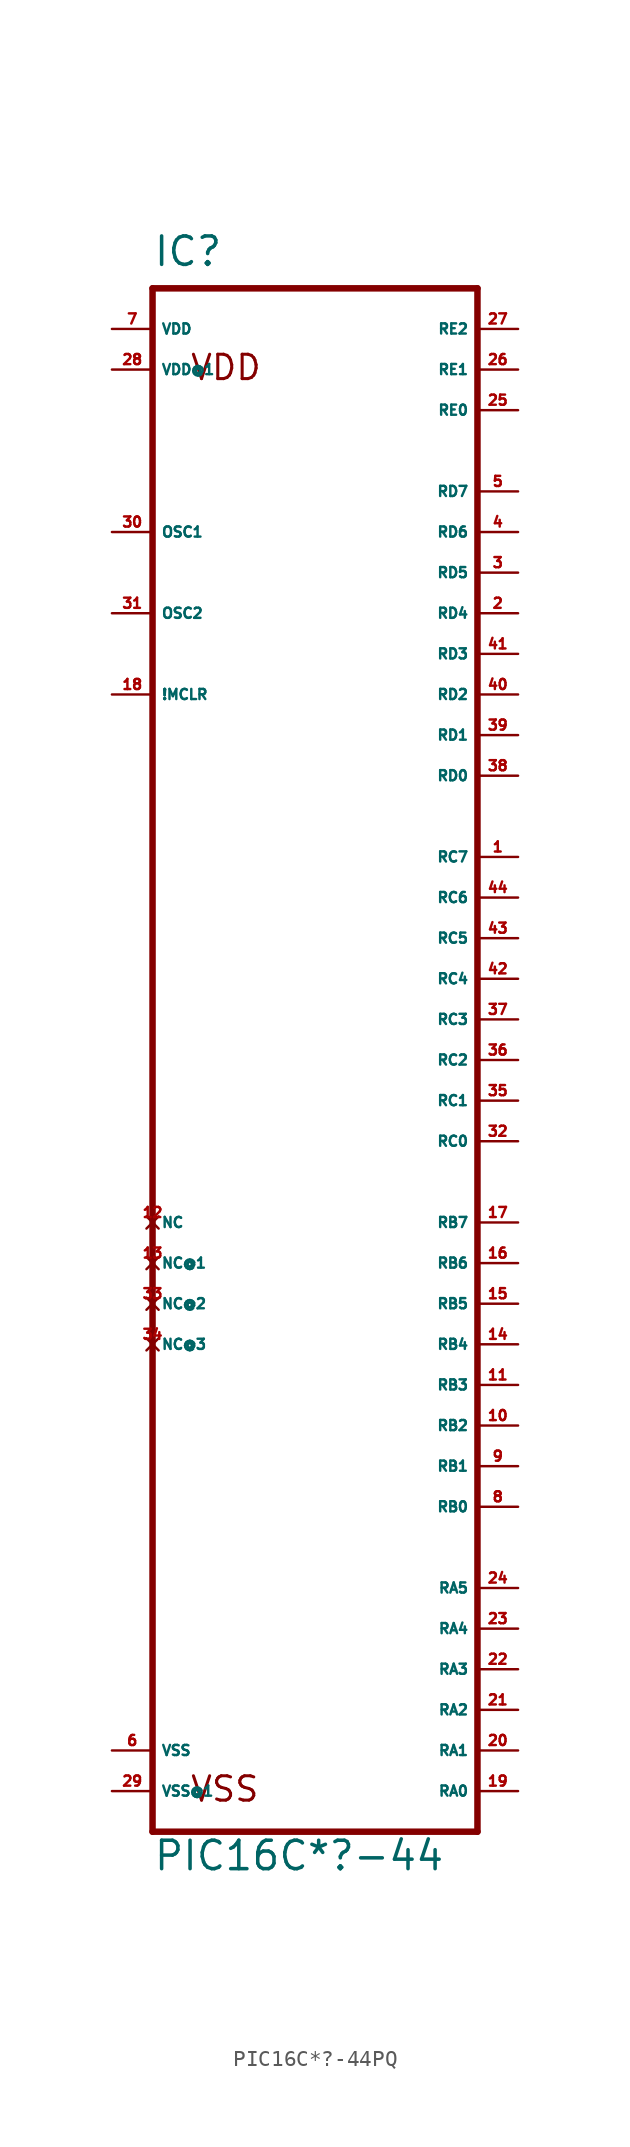
<source format=kicad_sym>
(kicad_symbol_lib
  (version 20220914)
  (generator Eagle2Kicad)
  (symbol "PIC16C*?-44PQ"
    (property "Reference" "IC"
      (at -10.16 44.45 0)
      (effects (font (size 1.778 1.778) (thickness 0.22)) (justify left bottom)))
    (property "Value" "PIC16C*?-44"
      (at -10.16 -55.88 0)
      (effects (font (size 1.778 1.778) (thickness 0.22)) (justify left bottom)))
    (polyline
      (pts (xy -10.16 -53.34) (xy 10.16 -53.34))
      (stroke (width 0.406) (type default))
      (fill (type none)))
    (polyline
      (pts (xy 10.16 -53.34) (xy 10.16 43.18))
      (stroke (width 0.406) (type default))
      (fill (type none)))
    (polyline
      (pts (xy 10.16 43.18) (xy -10.16 43.18))
      (stroke (width 0.406) (type default))
      (fill (type none)))
    (polyline
      (pts (xy -10.16 43.18) (xy -10.16 -53.34))
      (stroke (width 0.406) (type default))
      (fill (type none)))
    (text "VDD"
      (at -7.874 37.338 0)
      (effects (font (size 1.524 1.524) (thickness 0.19)) (justify left bottom)))
    (text "VSS"
      (at -7.874 -51.562 0)
      (effects (font (size 1.524 1.524) (thickness 0.19)) (justify left bottom)))
    (pin input line
      (at -12.7 17.78 0)
      (length 2.54)
      (name "!MCLR" (effects (font (size 0.635 0.635) (thickness 0.08)) (justify left bottom)))
      (number "18" (effects (font (size 0.635 0.635) (thickness 0.08)) (justify left bottom))))
    (pin input line
      (at -12.7 27.94 0)
      (length 2.54)
      (name "OSC1" (effects (font (size 0.635 0.635) (thickness 0.08)) (justify left bottom)))
      (number "30" (effects (font (size 0.635 0.635) (thickness 0.08)) (justify left bottom))))
    (pin bidirectional line
      (at 12.7 -50.8 180)
      (length 2.54)
      (name "RA0" (effects (font (size 0.635 0.635) (thickness 0.08)) (justify left bottom)))
      (number "19" (effects (font (size 0.635 0.635) (thickness 0.08)) (justify left bottom))))
    (pin bidirectional line
      (at 12.7 -48.26 180)
      (length 2.54)
      (name "RA1" (effects (font (size 0.635 0.635) (thickness 0.08)) (justify left bottom)))
      (number "20" (effects (font (size 0.635 0.635) (thickness 0.08)) (justify left bottom))))
    (pin bidirectional line
      (at 12.7 -45.72 180)
      (length 2.54)
      (name "RA2" (effects (font (size 0.635 0.635) (thickness 0.08)) (justify left bottom)))
      (number "21" (effects (font (size 0.635 0.635) (thickness 0.08)) (justify left bottom))))
    (pin bidirectional line
      (at 12.7 -43.18 180)
      (length 2.54)
      (name "RA3" (effects (font (size 0.635 0.635) (thickness 0.08)) (justify left bottom)))
      (number "22" (effects (font (size 0.635 0.635) (thickness 0.08)) (justify left bottom))))
    (pin bidirectional line
      (at 12.7 -30.48 180)
      (length 2.54)
      (name "RB1" (effects (font (size 0.635 0.635) (thickness 0.08)) (justify left bottom)))
      (number "9" (effects (font (size 0.635 0.635) (thickness 0.08)) (justify left bottom))))
    (pin bidirectional line
      (at 12.7 -27.94 180)
      (length 2.54)
      (name "RB2" (effects (font (size 0.635 0.635) (thickness 0.08)) (justify left bottom)))
      (number "10" (effects (font (size 0.635 0.635) (thickness 0.08)) (justify left bottom))))
    (pin bidirectional line
      (at 12.7 -25.4 180)
      (length 2.54)
      (name "RB3" (effects (font (size 0.635 0.635) (thickness 0.08)) (justify left bottom)))
      (number "11" (effects (font (size 0.635 0.635) (thickness 0.08)) (justify left bottom))))
    (pin bidirectional line
      (at 12.7 -38.1 180)
      (length 2.54)
      (name "RA5" (effects (font (size 0.635 0.635) (thickness 0.08)) (justify left bottom)))
      (number "24" (effects (font (size 0.635 0.635) (thickness 0.08)) (justify left bottom))))
    (pin bidirectional line
      (at 12.7 -22.86 180)
      (length 2.54)
      (name "RB4" (effects (font (size 0.635 0.635) (thickness 0.08)) (justify left bottom)))
      (number "14" (effects (font (size 0.635 0.635) (thickness 0.08)) (justify left bottom))))
    (pin bidirectional line
      (at 12.7 -20.32 180)
      (length 2.54)
      (name "RB5" (effects (font (size 0.635 0.635) (thickness 0.08)) (justify left bottom)))
      (number "15" (effects (font (size 0.635 0.635) (thickness 0.08)) (justify left bottom))))
    (pin bidirectional line
      (at 12.7 -17.78 180)
      (length 2.54)
      (name "RB6" (effects (font (size 0.635 0.635) (thickness 0.08)) (justify left bottom)))
      (number "16" (effects (font (size 0.635 0.635) (thickness 0.08)) (justify left bottom))))
    (pin bidirectional line
      (at 12.7 -15.24 180)
      (length 2.54)
      (name "RB7" (effects (font (size 0.635 0.635) (thickness 0.08)) (justify left bottom)))
      (number "17" (effects (font (size 0.635 0.635) (thickness 0.08)) (justify left bottom))))
    (pin bidirectional line
      (at 12.7 -10.16 180)
      (length 2.54)
      (name "RC0" (effects (font (size 0.635 0.635) (thickness 0.08)) (justify left bottom)))
      (number "32" (effects (font (size 0.635 0.635) (thickness 0.08)) (justify left bottom))))
    (pin bidirectional line
      (at 12.7 -7.62 180)
      (length 2.54)
      (name "RC1" (effects (font (size 0.635 0.635) (thickness 0.08)) (justify left bottom)))
      (number "35" (effects (font (size 0.635 0.635) (thickness 0.08)) (justify left bottom))))
    (pin bidirectional line
      (at 12.7 -5.08 180)
      (length 2.54)
      (name "RC2" (effects (font (size 0.635 0.635) (thickness 0.08)) (justify left bottom)))
      (number "36" (effects (font (size 0.635 0.635) (thickness 0.08)) (justify left bottom))))
    (pin bidirectional line
      (at 12.7 -2.54 180)
      (length 2.54)
      (name "RC3" (effects (font (size 0.635 0.635) (thickness 0.08)) (justify left bottom)))
      (number "37" (effects (font (size 0.635 0.635) (thickness 0.08)) (justify left bottom))))
    (pin bidirectional line
      (at 12.7 12.7 180)
      (length 2.54)
      (name "RD0" (effects (font (size 0.635 0.635) (thickness 0.08)) (justify left bottom)))
      (number "38" (effects (font (size 0.635 0.635) (thickness 0.08)) (justify left bottom))))
    (pin bidirectional line
      (at 12.7 15.24 180)
      (length 2.54)
      (name "RD1" (effects (font (size 0.635 0.635) (thickness 0.08)) (justify left bottom)))
      (number "39" (effects (font (size 0.635 0.635) (thickness 0.08)) (justify left bottom))))
    (pin bidirectional line
      (at 12.7 17.78 180)
      (length 2.54)
      (name "RD2" (effects (font (size 0.635 0.635) (thickness 0.08)) (justify left bottom)))
      (number "40" (effects (font (size 0.635 0.635) (thickness 0.08)) (justify left bottom))))
    (pin bidirectional line
      (at 12.7 20.32 180)
      (length 2.54)
      (name "RD3" (effects (font (size 0.635 0.635) (thickness 0.08)) (justify left bottom)))
      (number "41" (effects (font (size 0.635 0.635) (thickness 0.08)) (justify left bottom))))
    (pin bidirectional line
      (at 12.7 22.86 180)
      (length 2.54)
      (name "RD4" (effects (font (size 0.635 0.635) (thickness 0.08)) (justify left bottom)))
      (number "2" (effects (font (size 0.635 0.635) (thickness 0.08)) (justify left bottom))))
    (pin bidirectional line
      (at 12.7 25.4 180)
      (length 2.54)
      (name "RD5" (effects (font (size 0.635 0.635) (thickness 0.08)) (justify left bottom)))
      (number "3" (effects (font (size 0.635 0.635) (thickness 0.08)) (justify left bottom))))
    (pin bidirectional line
      (at 12.7 27.94 180)
      (length 2.54)
      (name "RD6" (effects (font (size 0.635 0.635) (thickness 0.08)) (justify left bottom)))
      (number "4" (effects (font (size 0.635 0.635) (thickness 0.08)) (justify left bottom))))
    (pin bidirectional line
      (at 12.7 30.48 180)
      (length 2.54)
      (name "RD7" (effects (font (size 0.635 0.635) (thickness 0.08)) (justify left bottom)))
      (number "5" (effects (font (size 0.635 0.635) (thickness 0.08)) (justify left bottom))))
    (pin bidirectional line
      (at 12.7 35.56 180)
      (length 2.54)
      (name "RE0" (effects (font (size 0.635 0.635) (thickness 0.08)) (justify left bottom)))
      (number "25" (effects (font (size 0.635 0.635) (thickness 0.08)) (justify left bottom))))
    (pin bidirectional line
      (at 12.7 38.1 180)
      (length 2.54)
      (name "RE1" (effects (font (size 0.635 0.635) (thickness 0.08)) (justify left bottom)))
      (number "26" (effects (font (size 0.635 0.635) (thickness 0.08)) (justify left bottom))))
    (pin bidirectional line
      (at 12.7 40.64 180)
      (length 2.54)
      (name "RE2" (effects (font (size 0.635 0.635) (thickness 0.08)) (justify left bottom)))
      (number "27" (effects (font (size 0.635 0.635) (thickness 0.08)) (justify left bottom))))
    (pin no_connect line
      (at -10.16 -15.24 0)
      (length 0)
      (name "NC" (effects (font (size 0.635 0.635) (thickness 0.08)) (justify left bottom) hide))
      (number "12" (effects (font (size 0.635 0.635) (thickness 0.08)) (justify left bottom) hide)))
    (pin no_connect line
      (at -10.16 -17.78 0)
      (length 0)
      (name "NC@1" (effects (font (size 0.635 0.635) (thickness 0.08)) (justify left bottom) hide))
      (number "13" (effects (font (size 0.635 0.635) (thickness 0.08)) (justify left bottom) hide)))
    (pin no_connect line
      (at -10.16 -20.32 0)
      (length 0)
      (name "NC@2" (effects (font (size 0.635 0.635) (thickness 0.08)) (justify left bottom) hide))
      (number "33" (effects (font (size 0.635 0.635) (thickness 0.08)) (justify left bottom) hide)))
    (pin no_connect line
      (at -10.16 -22.86 0)
      (length 0)
      (name "NC@3" (effects (font (size 0.635 0.635) (thickness 0.08)) (justify left bottom) hide))
      (number "34" (effects (font (size 0.635 0.635) (thickness 0.08)) (justify left bottom) hide)))
    (pin unspecified line
      (at -12.7 40.64 0)
      (length 2.54)
      (name "VDD" (effects (font (size 0.635 0.635) (thickness 0.08)) (justify left bottom)))
      (number "7" (effects (font (size 0.635 0.635) (thickness 0.08)) (justify left bottom))))
    (pin unspecified line
      (at -12.7 38.1 0)
      (length 2.54)
      (name "VDD@1" (effects (font (size 0.635 0.635) (thickness 0.08)) (justify left bottom)))
      (number "28" (effects (font (size 0.635 0.635) (thickness 0.08)) (justify left bottom))))
    (pin unspecified line
      (at -12.7 -48.26 0)
      (length 2.54)
      (name "VSS" (effects (font (size 0.635 0.635) (thickness 0.08)) (justify left bottom)))
      (number "6" (effects (font (size 0.635 0.635) (thickness 0.08)) (justify left bottom))))
    (pin unspecified line
      (at -12.7 -50.8 0)
      (length 2.54)
      (name "VSS@1" (effects (font (size 0.635 0.635) (thickness 0.08)) (justify left bottom)))
      (number "29" (effects (font (size 0.635 0.635) (thickness 0.08)) (justify left bottom))))
    (pin bidirectional line
      (at 12.7 0 180)
      (length 2.54)
      (name "RC4" (effects (font (size 0.635 0.635) (thickness 0.08)) (justify left bottom)))
      (number "42" (effects (font (size 0.635 0.635) (thickness 0.08)) (justify left bottom))))
    (pin bidirectional line
      (at 12.7 2.54 180)
      (length 2.54)
      (name "RC5" (effects (font (size 0.635 0.635) (thickness 0.08)) (justify left bottom)))
      (number "43" (effects (font (size 0.635 0.635) (thickness 0.08)) (justify left bottom))))
    (pin bidirectional line
      (at 12.7 5.08 180)
      (length 2.54)
      (name "RC6" (effects (font (size 0.635 0.635) (thickness 0.08)) (justify left bottom)))
      (number "44" (effects (font (size 0.635 0.635) (thickness 0.08)) (justify left bottom))))
    (pin bidirectional line
      (at 12.7 7.62 180)
      (length 2.54)
      (name "RC7" (effects (font (size 0.635 0.635) (thickness 0.08)) (justify left bottom)))
      (number "1" (effects (font (size 0.635 0.635) (thickness 0.08)) (justify left bottom))))
    (pin output line
      (at -12.7 22.86 0)
      (length 2.54)
      (name "OSC2" (effects (font (size 0.635 0.635) (thickness 0.08)) (justify left bottom)))
      (number "31" (effects (font (size 0.635 0.635) (thickness 0.08)) (justify left bottom))))
    (pin bidirectional line
      (at 12.7 -33.02 180)
      (length 2.54)
      (name "RB0" (effects (font (size 0.635 0.635) (thickness 0.08)) (justify left bottom)))
      (number "8" (effects (font (size 0.635 0.635) (thickness 0.08)) (justify left bottom))))
    (pin bidirectional line
      (at 12.7 -40.64 180)
      (length 2.54)
      (name "RA4" (effects (font (size 0.635 0.635) (thickness 0.08)) (justify left bottom)))
      (number "23" (effects (font (size 0.635 0.635) (thickness 0.08)) (justify left bottom))))))
</source>
